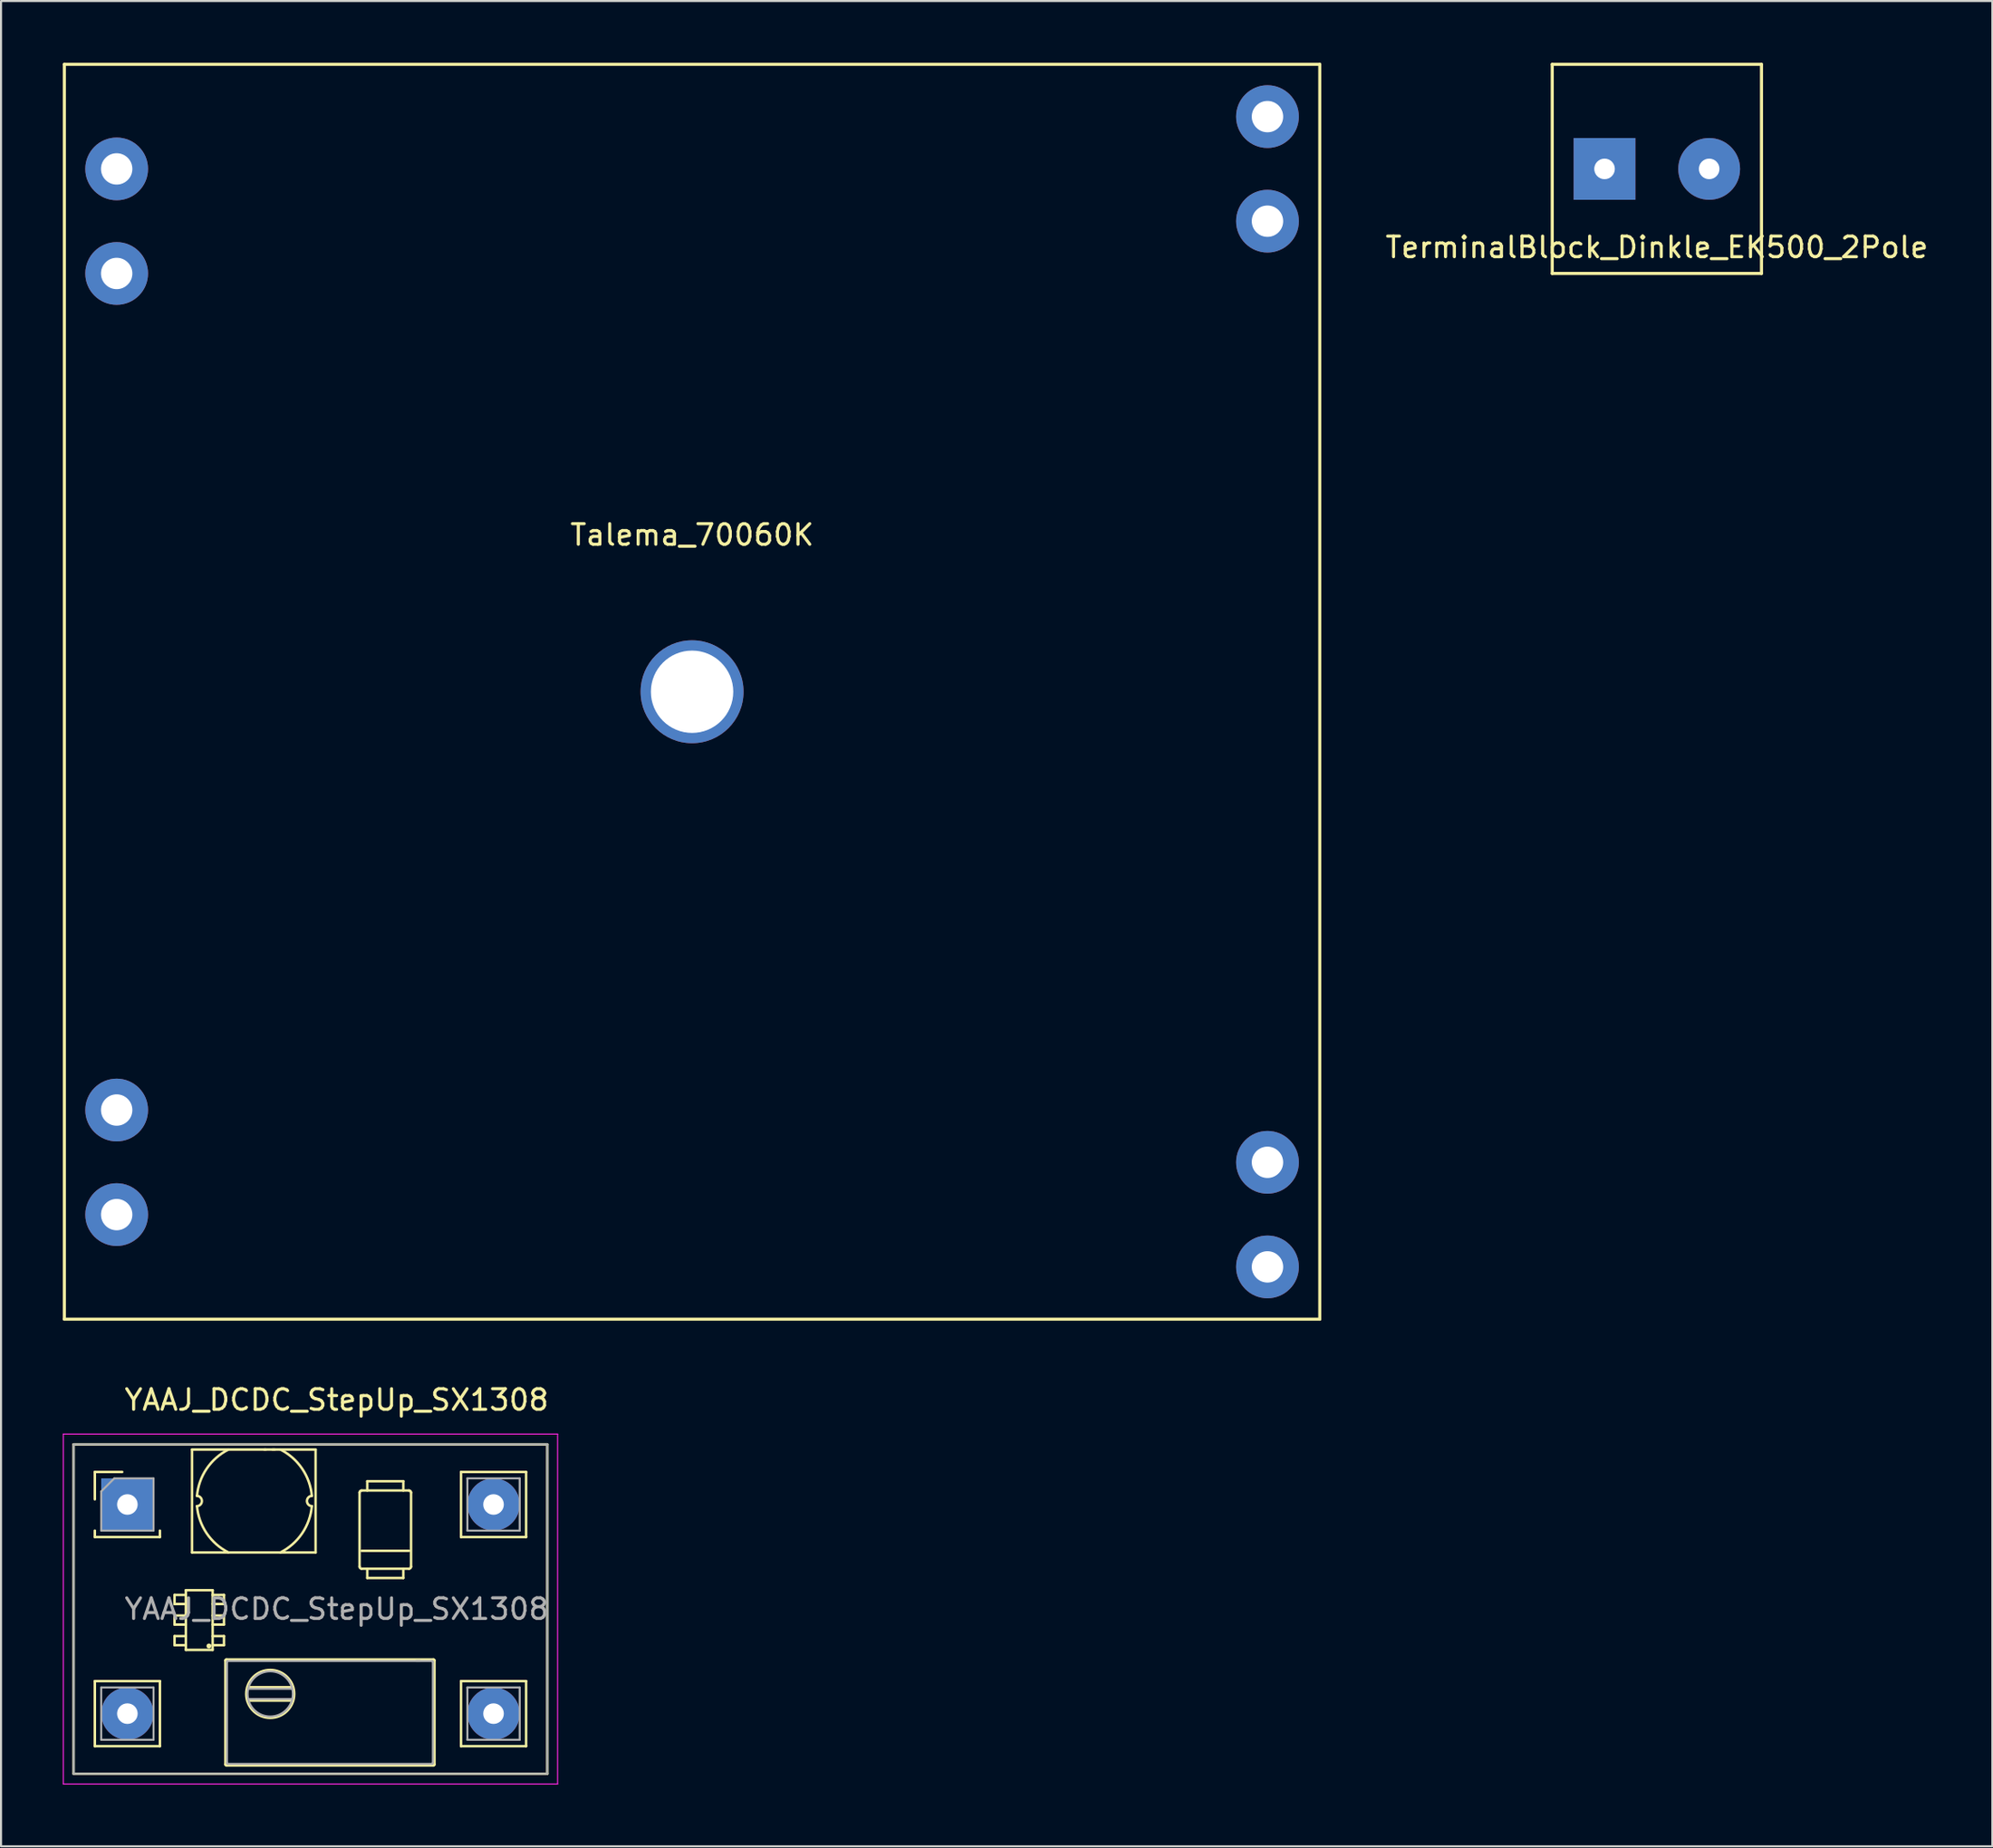
<source format=kicad_pcb>
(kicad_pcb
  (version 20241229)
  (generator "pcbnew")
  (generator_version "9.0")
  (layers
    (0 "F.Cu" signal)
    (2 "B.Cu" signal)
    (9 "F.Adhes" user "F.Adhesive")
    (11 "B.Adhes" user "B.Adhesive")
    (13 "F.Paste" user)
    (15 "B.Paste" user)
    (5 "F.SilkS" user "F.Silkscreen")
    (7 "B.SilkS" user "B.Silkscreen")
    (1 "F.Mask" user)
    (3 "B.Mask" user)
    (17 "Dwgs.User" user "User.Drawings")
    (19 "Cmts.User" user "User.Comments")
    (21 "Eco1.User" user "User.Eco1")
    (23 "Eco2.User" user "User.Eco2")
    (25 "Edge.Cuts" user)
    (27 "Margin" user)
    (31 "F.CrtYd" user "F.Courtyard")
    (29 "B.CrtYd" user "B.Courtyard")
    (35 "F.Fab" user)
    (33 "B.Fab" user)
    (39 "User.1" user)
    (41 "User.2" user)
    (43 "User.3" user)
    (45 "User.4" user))
  (footprint "YAAJ_DCDC_StepUp_SX1308"
    (layer "F.Cu")
    (at 3.135 70.038)
    (property "Reference" "YAAJ_DCDC_StepUp_SX1308" (at 10.16 -5.08 0) (layer "F.SilkS") (effects (font (size 1 1) (thickness 0.15))))
    (attr through_hole)
    (fp_line (start -2.61 -2.92) (end -2.61 13.08) (stroke (width 0.12) (type solid)) (layer "F.SilkS"))
    (fp_line (start -2.61 13.08) (end 20.39 13.08) (stroke (width 0.12) (type solid)) (layer "F.SilkS"))
    (fp_line (start -1.58 -1.58) (end -0.25 -1.58) (stroke (width 0.12) (type solid)) (layer "F.SilkS"))
    (fp_line (start -1.58 -0.25) (end -1.58 -1.58) (stroke (width 0.12) (type solid)) (layer "F.SilkS"))
    (fp_line (start -1.58 1.27) (end -1.58 1.58) (stroke (width 0.12) (type solid)) (layer "F.SilkS"))
    (fp_line (start -1.58 1.58) (end 1.58 1.58) (stroke (width 0.12) (type solid)) (layer "F.SilkS"))
    (fp_line (start -1.58 8.58) (end 1.58 8.58) (stroke (width 0.12) (type solid)) (layer "F.SilkS"))
    (fp_line (start -1.58 11.74) (end -1.58 8.58) (stroke (width 0.12) (type solid)) (layer "F.SilkS"))
    (fp_line (start -1.58 11.74) (end 1.58 11.74) (stroke (width 0.12) (type solid)) (layer "F.SilkS"))
    (fp_line (start 1.58 1.27) (end 1.58 1.58) (stroke (width 0.12) (type solid)) (layer "F.SilkS"))
    (fp_line (start 1.58 8.58) (end 1.58 11.74) (stroke (width 0.12) (type solid)) (layer "F.SilkS"))
    (fp_line (start 2.291 4.394) (end 2.291 4.834) (stroke (width 0.12) (type solid)) (layer "F.SilkS"))
    (fp_line (start 2.291 4.394) (end 2.841 4.394) (stroke (width 0.12) (type solid)) (layer "F.SilkS"))
    (fp_line (start 2.291 4.834) (end 2.841 4.834) (stroke (width 0.12) (type solid)) (layer "F.SilkS"))
    (fp_line (start 2.291 5.394) (end 2.291 5.834) (stroke (width 0.12) (type solid)) (layer "F.SilkS"))
    (fp_line (start 2.291 6.394) (end 2.291 6.834) (stroke (width 0.12) (type solid)) (layer "F.SilkS"))
    (fp_line (start 2.291 6.394) (end 2.841 6.394) (stroke (width 0.12) (type solid)) (layer "F.SilkS"))
    (fp_line (start 2.291 6.834) (end 2.841 6.834) (stroke (width 0.12) (type solid)) (layer "F.SilkS"))
    (fp_line (start 2.841 5.394) (end 2.291 5.394) (stroke (width 0.12) (type solid)) (layer "F.SilkS"))
    (fp_line (start 2.841 5.834) (end 2.291 5.834) (stroke (width 0.12) (type solid)) (layer "F.SilkS"))
    (fp_line (start 2.841 7.064) (end 2.841 4.164) (stroke (width 0.12) (type solid)) (layer "F.SilkS"))
    (fp_line (start 3.14 -2.67) (end 3.14 2.33) (stroke (width 0.12) (type solid)) (layer "F.SilkS"))
    (fp_line (start 3.14 -2.67) (end 9.14 -2.67) (stroke (width 0.12) (type solid)) (layer "F.SilkS"))
    (fp_line (start 4.141 4.164) (end 2.841 4.164) (stroke (width 0.12) (type solid)) (layer "F.SilkS"))
    (fp_line (start 4.141 7.064) (end 2.841 7.064) (stroke (width 0.12) (type solid)) (layer "F.SilkS"))
    (fp_line (start 4.141 7.064) (end 4.141 4.164) (stroke (width 0.12) (type solid)) (layer "F.SilkS"))
    (fp_line (start 4.507 5.834) (end 4.141 5.834) (stroke (width 0.12) (type solid)) (layer "F.SilkS"))
    (fp_line (start 4.691 4.394) (end 4.141 4.394) (stroke (width 0.12) (type solid)) (layer "F.SilkS"))
    (fp_line (start 4.691 4.394) (end 4.691 4.834) (stroke (width 0.12) (type solid)) (layer "F.SilkS"))
    (fp_line (start 4.691 4.834) (end 4.141 4.834) (stroke (width 0.12) (type solid)) (layer "F.SilkS"))
    (fp_line (start 4.691 5.394) (end 4.141 5.394) (stroke (width 0.12) (type solid)) (layer "F.SilkS"))
    (fp_line (start 4.691 5.394) (end 4.691 5.834) (stroke (width 0.12) (type solid)) (layer "F.SilkS"))
    (fp_line (start 4.691 5.834) (end 4.543 5.834) (stroke (width 0.12) (type solid)) (layer "F.SilkS"))
    (fp_line (start 4.691 6.394) (end 4.141 6.394) (stroke (width 0.12) (type solid)) (layer "F.SilkS"))
    (fp_line (start 4.691 6.394) (end 4.691 6.834) (stroke (width 0.12) (type solid)) (layer "F.SilkS"))
    (fp_line (start 4.691 6.834) (end 4.141 6.834) (stroke (width 0.12) (type solid)) (layer "F.SilkS"))
    (fp_line (start 4.761 12.627) (end 4.761 7.577) (stroke (width 0.12) (type solid)) (layer "F.SilkS"))
    (fp_line (start 4.811 7.527) (end 14.861 7.527) (stroke (width 0.12) (type solid)) (layer "F.SilkS"))
    (fp_line (start 5.825 9.525) (end 8.05 9.525) (stroke (width 0.12) (type solid)) (layer "F.SilkS"))
    (fp_line (start 6.674 -2.671) (end 6.647 -2.671) (stroke (width 0.12) (type solid)) (layer "F.SilkS"))
    (fp_line (start 6.724 -2.671) (end 6.703 -2.671) (stroke (width 0.12) (type solid)) (layer "F.SilkS"))
    (fp_line (start 7.161 -2.671) (end 7.048 -2.671) (stroke (width 0.12) (type solid)) (layer "F.SilkS"))
    (fp_line (start 8.05 8.877) (end 5.825 8.875) (stroke (width 0.12) (type solid)) (layer "F.SilkS"))
    (fp_line (start 9.14 2.33) (end 3.14 2.33) (stroke (width 0.12) (type solid)) (layer "F.SilkS"))
    (fp_line (start 9.14 2.33) (end 9.14 -2.67) (stroke (width 0.12) (type solid)) (layer "F.SilkS"))
    (fp_line (start 11.274 3.02) (end 11.274 -0.58) (stroke (width 0.12) (type solid)) (layer "F.SilkS"))
    (fp_line (start 11.374 -0.68) (end 13.674 -0.68) (stroke (width 0.12) (type solid)) (layer "F.SilkS"))
    (fp_line (start 11.649 -1.13) (end 13.399 -1.13) (stroke (width 0.12) (type solid)) (layer "F.SilkS"))
    (fp_line (start 11.649 -0.68) (end 11.649 -1.13) (stroke (width 0.12) (type solid)) (layer "F.SilkS"))
    (fp_line (start 11.649 3.57) (end 11.649 3.12) (stroke (width 0.12) (type solid)) (layer "F.SilkS"))
    (fp_line (start 13.399 -1.13) (end 13.399 -0.68) (stroke (width 0.12) (type solid)) (layer "F.SilkS"))
    (fp_line (start 13.399 3.12) (end 13.399 3.57) (stroke (width 0.12) (type solid)) (layer "F.SilkS"))
    (fp_line (start 13.399 3.57) (end 11.649 3.57) (stroke (width 0.12) (type solid)) (layer "F.SilkS"))
    (fp_line (start 13.674 2.25) (end 11.374 2.25) (stroke (width 0.12) (type solid)) (layer "F.SilkS"))
    (fp_line (start 13.674 3.12) (end 11.374 3.12) (stroke (width 0.12) (type solid)) (layer "F.SilkS"))
    (fp_line (start 13.774 -0.58) (end 13.774 3.02) (stroke (width 0.12) (type solid)) (layer "F.SilkS"))
    (fp_line (start 14.861 12.677) (end 4.811 12.677) (stroke (width 0.12) (type solid)) (layer "F.SilkS"))
    (fp_line (start 14.911 7.577) (end 14.911 12.627) (stroke (width 0.12) (type solid)) (layer "F.SilkS"))
    (fp_line (start 16.2 -1.58) (end 19.36 -1.58) (stroke (width 0.12) (type solid)) (layer "F.SilkS"))
    (fp_line (start 16.2 1.58) (end 16.2 -1.58) (stroke (width 0.12) (type solid)) (layer "F.SilkS"))
    (fp_line (start 16.2 1.58) (end 19.36 1.58) (stroke (width 0.12) (type solid)) (layer "F.SilkS"))
    (fp_line (start 16.2 8.58) (end 19.36 8.58) (stroke (width 0.12) (type solid)) (layer "F.SilkS"))
    (fp_line (start 16.2 11.74) (end 16.2 8.58) (stroke (width 0.12) (type solid)) (layer "F.SilkS"))
    (fp_line (start 16.2 11.74) (end 19.36 11.74) (stroke (width 0.12) (type solid)) (layer "F.SilkS"))
    (fp_line (start 19.36 -1.58) (end 19.36 1.58) (stroke (width 0.12) (type solid)) (layer "F.SilkS"))
    (fp_line (start 19.36 8.58) (end 19.36 11.74) (stroke (width 0.12) (type solid)) (layer "F.SilkS"))
    (fp_line (start 20.39 -2.92) (end -2.61 -2.92) (stroke (width 0.12) (type solid)) (layer "F.SilkS"))
    (fp_line (start 20.39 13.08) (end 20.39 -2.92) (stroke (width 0.12) (type solid)) (layer "F.SilkS"))
    (fp_arc (start 3.379787 -0.41975) (mid 3.618626 -0.17) (end 3.379788 0.07975) (stroke (width 0.12) (type solid)) (layer "F.SilkS"))
    (fp_arc (start 3.379789 -0.41975) (mid 3.852142 -1.74286) (end 4.907675 -2.669999) (stroke (width 0.12) (type solid)) (layer "F.SilkS"))
    (fp_arc (start 4.760943 7.577113) (mid 4.775588 7.541758) (end 4.810943 7.527113) (stroke (width 0.12) (type solid)) (layer "F.SilkS"))
    (fp_arc (start 4.810943 12.677113) (mid 4.775588 12.662468) (end 4.760943 12.627113) (stroke (width 0.12) (type solid)) (layer "F.SilkS"))
    (fp_arc (start 4.907674 2.329999) (mid 3.852141 1.40286) (end 3.379788 0.07975) (stroke (width 0.12) (type solid)) (layer "F.SilkS"))
    (fp_arc (start 7.42958 -2.669999) (mid 8.485113 -1.74286) (end 8.957466 -0.41975) (stroke (width 0.12) (type solid)) (layer "F.SilkS"))
    (fp_arc (start 8.957465 0.07975) (mid 8.485112 1.40286) (end 7.429579 2.329999) (stroke (width 0.12) (type solid)) (layer "F.SilkS"))
    (fp_arc (start 8.957467 0.07975) (mid 8.718628 -0.17) (end 8.957466 -0.41975) (stroke (width 0.12) (type solid)) (layer "F.SilkS"))
    (fp_arc (start 11.274314 -0.580209) (mid 11.303603 -0.65092) (end 11.374314 -0.680209) (stroke (width 0.12) (type solid)) (layer "F.SilkS"))
    (fp_arc (start 11.374314 3.11979) (mid 11.303603 3.090501) (end 11.274314 3.01979) (stroke (width 0.12) (type solid)) (layer "F.SilkS"))
    (fp_arc (start 13.674314 -0.680209) (mid 13.745025 -0.65092) (end 13.774314 -0.580209) (stroke (width 0.12) (type solid)) (layer "F.SilkS"))
    (fp_arc (start 13.774314 3.01979) (mid 13.745025 3.090501) (end 13.674314 3.11979) (stroke (width 0.12) (type solid)) (layer "F.SilkS"))
    (fp_arc (start 14.860943 7.527113) (mid 14.896298 7.541758) (end 14.910943 7.577113) (stroke (width 0.12) (type solid)) (layer "F.SilkS"))
    (fp_arc (start 14.910943 12.627113) (mid 14.896298 12.662468) (end 14.860943 12.677113) (stroke (width 0.12) (type solid)) (layer "F.SilkS"))
    (fp_circle (center 3.96 6.874) (end 4.02 6.874) (stroke (width 0.12) (type solid)) (fill no) (layer "F.SilkS"))
    (fp_circle (center 6.936 9.202) (end 8.111 9.202) (stroke (width 0.1) (type solid)) (fill no) (layer "F.SilkS"))
    (fp_line (start -3.11 -3.42) (end -3.11 13.58) (stroke (width 0.05) (type solid)) (layer "F.CrtYd"))
    (fp_line (start -3.11 13.58) (end 20.89 13.58) (stroke (width 0.05) (type solid)) (layer "F.CrtYd"))
    (fp_line (start 20.89 -3.42) (end -3.11 -3.42) (stroke (width 0.05) (type solid)) (layer "F.CrtYd"))
    (fp_line (start 20.89 13.58) (end 20.89 -3.42) (stroke (width 0.05) (type solid)) (layer "F.CrtYd"))
    (fp_line (start -2.61 -2.92) (end -2.61 13.08) (stroke (width 0.1) (type solid)) (layer "F.Fab"))
    (fp_line (start -2.61 13.08) (end 20.39 13.08) (stroke (width 0.1) (type solid)) (layer "F.Fab"))
    (fp_line (start -1.27 -0.635) (end -0.635 -1.27) (stroke (width 0.1) (type solid)) (layer "F.Fab"))
    (fp_line (start -1.27 1.27) (end -1.27 -0.635) (stroke (width 0.1) (type solid)) (layer "F.Fab"))
    (fp_line (start -1.27 8.89) (end 1.27 8.89) (stroke (width 0.1) (type solid)) (layer "F.Fab"))
    (fp_line (start -1.27 11.43) (end -1.27 8.89) (stroke (width 0.1) (type solid)) (layer "F.Fab"))
    (fp_line (start -0.635 -1.27) (end 1.27 -1.27) (stroke (width 0.1) (type solid)) (layer "F.Fab"))
    (fp_line (start 1.27 -1.27) (end 1.27 1.27) (stroke (width 0.1) (type solid)) (layer "F.Fab"))
    (fp_line (start 1.27 1.27) (end -1.27 1.27) (stroke (width 0.1) (type solid)) (layer "F.Fab"))
    (fp_line (start 1.27 8.89) (end 1.27 11.43) (stroke (width 0.1) (type solid)) (layer "F.Fab"))
    (fp_line (start 1.27 11.43) (end -1.27 11.43) (stroke (width 0.1) (type solid)) (layer "F.Fab"))
    (fp_line (start 4.836 12.552) (end 4.836 7.652) (stroke (width 0.1) (type solid)) (layer "F.Fab"))
    (fp_line (start 4.886 7.602) (end 14.786 7.602) (stroke (width 0.1) (type solid)) (layer "F.Fab"))
    (fp_line (start 5.897 9.452) (end 7.975 9.452) (stroke (width 0.1) (type solid)) (layer "F.Fab"))
    (fp_line (start 7.975 8.952) (end 5.897 8.952) (stroke (width 0.1) (type solid)) (layer "F.Fab"))
    (fp_line (start 14.208 7.601) (end 14.019 7.601) (stroke (width 0.1) (type solid)) (layer "F.Fab"))
    (fp_line (start 14.786 12.602) (end 4.886 12.602) (stroke (width 0.1) (type solid)) (layer "F.Fab"))
    (fp_line (start 14.836 7.652) (end 14.836 12.552) (stroke (width 0.1) (type solid)) (layer "F.Fab"))
    (fp_line (start 16.51 -1.27) (end 19.05 -1.27) (stroke (width 0.1) (type solid)) (layer "F.Fab"))
    (fp_line (start 16.51 1.27) (end 16.51 -1.27) (stroke (width 0.1) (type solid)) (layer "F.Fab"))
    (fp_line (start 16.51 8.89) (end 19.05 8.89) (stroke (width 0.1) (type solid)) (layer "F.Fab"))
    (fp_line (start 16.51 11.43) (end 16.51 8.89) (stroke (width 0.1) (type solid)) (layer "F.Fab"))
    (fp_line (start 19.05 -1.27) (end 19.05 1.27) (stroke (width 0.1) (type solid)) (layer "F.Fab"))
    (fp_line (start 19.05 1.27) (end 16.51 1.27) (stroke (width 0.1) (type solid)) (layer "F.Fab"))
    (fp_line (start 19.05 8.89) (end 19.05 11.43) (stroke (width 0.1) (type solid)) (layer "F.Fab"))
    (fp_line (start 19.05 11.43) (end 16.51 11.43) (stroke (width 0.1) (type solid)) (layer "F.Fab"))
    (fp_line (start 20.39 -2.92) (end -2.61 -2.92) (stroke (width 0.1) (type solid)) (layer "F.Fab"))
    (fp_line (start 20.39 13.08) (end 20.39 -2.92) (stroke (width 0.1) (type solid)) (layer "F.Fab"))
    (fp_arc (start 4.835943 7.652113) (mid 4.850588 7.616758) (end 4.885943 7.602113) (stroke (width 0.1) (type solid)) (layer "F.Fab"))
    (fp_arc (start 4.885943 12.602113) (mid 4.850588 12.587468) (end 4.835943 12.552113) (stroke (width 0.1) (type solid)) (layer "F.Fab"))
    (fp_arc (start 14.785943 7.602113) (mid 14.821298 7.616758) (end 14.835943 7.652113) (stroke (width 0.1) (type solid)) (layer "F.Fab"))
    (fp_arc (start 14.835943 12.552113) (mid 14.821298 12.587468) (end 14.785943 12.602113) (stroke (width 0.1) (type solid)) (layer "F.Fab"))
    (fp_circle (center 6.936 9.202) (end 8.036 9.202) (stroke (width 0.1) (type solid)) (fill no) (layer "F.Fab"))
    (fp_text user "${REFERENCE}" (at 10.16 5.08 180) (layer "F.Fab") (effects (font (size 1 1) (thickness 0.15))))
    (pad "1" thru_hole rect (at 0 0) (size 2.54 2.54) (drill 1) (layers "*.Cu" "*.Mask"))
    (pad "2" thru_hole circle (at 0 10.16) (size 2.54 2.54) (drill 1) (layers "*.Cu" "*.Mask"))
    (pad "3" thru_hole circle (at 17.78 10.16) (size 2.54 2.54) (drill 1) (layers "*.Cu" "*.Mask"))
    (pad "4" thru_hole circle (at 17.78 0) (size 2.54 2.54) (drill 1) (layers "*.Cu" "*.Mask")))
  (footprint "Talema_70060K"
    (layer "F.Cu")
    (at 30.555 30.555)
    (property "Reference" "Talema_70060K" (at 0 -7.62 0) (layer "F.SilkS") (effects (font (size 1 1) (thickness 0.15))))
    (attr through_hole)
    (fp_line (start -30.48 -30.48) (end -30.48 30.48) (stroke (width 0.15) (type solid)) (layer "F.SilkS"))
    (fp_line (start -30.48 30.48) (end 30.48 30.48) (stroke (width 0.15) (type solid)) (layer "F.SilkS"))
    (fp_line (start 30.48 -30.48) (end -30.48 -30.48) (stroke (width 0.15) (type solid)) (layer "F.SilkS"))
    (fp_line (start 30.48 30.48) (end 30.48 -30.48) (stroke (width 0.15) (type solid)) (layer "F.SilkS"))
    (pad "" np_thru_hole circle (at 0 0) (size 5 5) (drill 4) (layers "*.Cu" "*.Mask"))
    (pad "3" thru_hole circle (at -27.94 25.4) (size 3.048 3.048) (drill 1.524) (layers "*.Cu" "*.Mask"))
    (pad "4" thru_hole circle (at -27.94 20.32) (size 3.048 3.048) (drill 1.524) (layers "*.Cu" "*.Mask"))
    (pad "5" thru_hole circle (at -27.94 -20.32) (size 3.048 3.048) (drill 1.524) (layers "*.Cu" "*.Mask"))
    (pad "6" thru_hole circle (at -27.94 -25.4) (size 3.048 3.048) (drill 1.524) (layers "*.Cu" "*.Mask"))
    (pad "11" thru_hole circle (at 27.94 -27.94) (size 3.048 3.048) (drill 1.524) (layers "*.Cu" "*.Mask"))
    (pad "12" thru_hole circle (at 27.94 -22.86) (size 3.048 3.048) (drill 1.524) (layers "*.Cu" "*.Mask"))
    (pad "13" thru_hole circle (at 27.94 22.86) (size 3.048 3.048) (drill 1.524) (layers "*.Cu" "*.Mask"))
    (pad "14" thru_hole circle (at 27.94 27.94) (size 3.048 3.048) (drill 1.524) (layers "*.Cu" "*.Mask")))
  (footprint "TerminalBlock_Dinkle_EK500_2Pole"
    (layer "F.Cu")
    (at 77.402 5.155)
    (property "Reference" "TerminalBlock_Dinkle_EK500_2Pole" (at 0 3.81 0) (layer "F.SilkS") (effects (font (size 1 1) (thickness 0.15))))
    (attr through_hole)
    (fp_line (start -5.08 -5.08) (end 5.08 -5.08) (stroke (width 0.15) (type solid)) (layer "F.SilkS"))
    (fp_line (start -5.08 5.08) (end -5.08 -5.08) (stroke (width 0.15) (type solid)) (layer "F.SilkS"))
    (fp_line (start 5.08 -5.08) (end 5.08 5.08) (stroke (width 0.15) (type solid)) (layer "F.SilkS"))
    (fp_line (start 5.08 5.08) (end -5.08 5.08) (stroke (width 0.15) (type solid)) (layer "F.SilkS"))
    (pad "1" thru_hole rect (at -2.54 0) (size 3 3) (drill 1) (layers "*.Cu" "*.Mask"))
    (pad "2" thru_hole circle (at 2.54 0) (size 3 3) (drill 1) (layers "*.Cu" "*.Mask")))
  (gr_rect
    (start -3 -3)
    (end 93.693 86.643)
    (stroke (width 0.1) (type default))
    (fill no)
    (layer "Edge.Cuts")))
</source>
